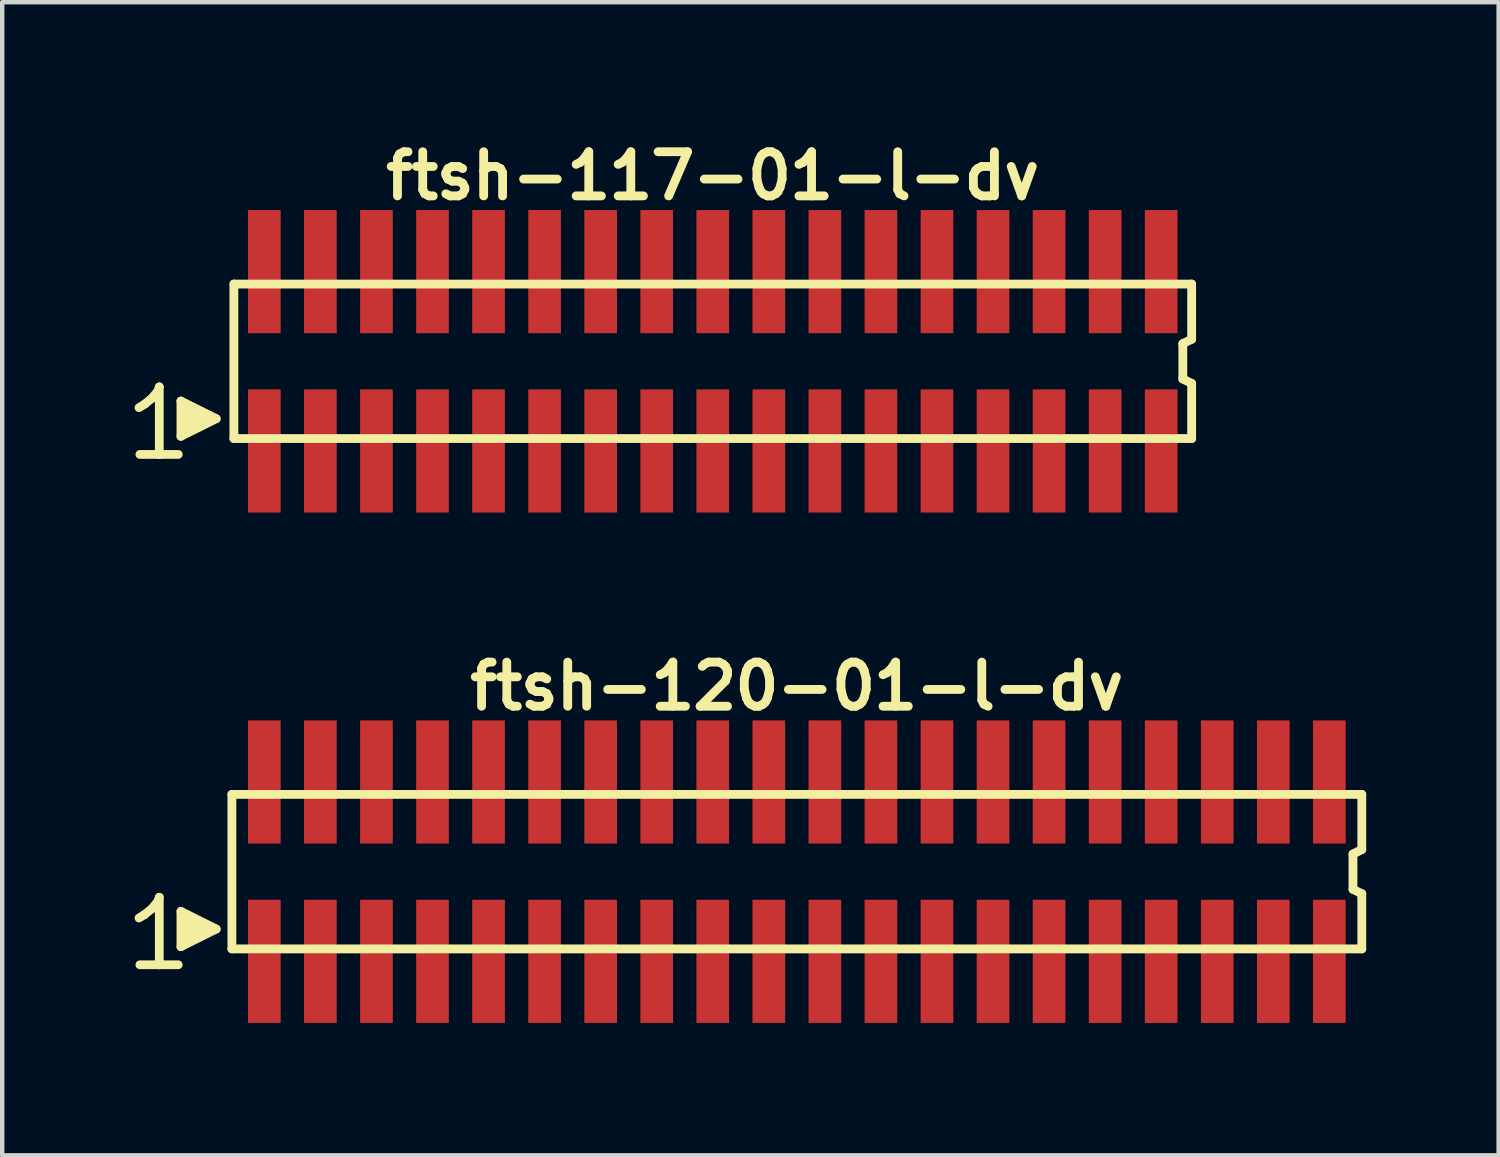
<source format=kicad_pcb>
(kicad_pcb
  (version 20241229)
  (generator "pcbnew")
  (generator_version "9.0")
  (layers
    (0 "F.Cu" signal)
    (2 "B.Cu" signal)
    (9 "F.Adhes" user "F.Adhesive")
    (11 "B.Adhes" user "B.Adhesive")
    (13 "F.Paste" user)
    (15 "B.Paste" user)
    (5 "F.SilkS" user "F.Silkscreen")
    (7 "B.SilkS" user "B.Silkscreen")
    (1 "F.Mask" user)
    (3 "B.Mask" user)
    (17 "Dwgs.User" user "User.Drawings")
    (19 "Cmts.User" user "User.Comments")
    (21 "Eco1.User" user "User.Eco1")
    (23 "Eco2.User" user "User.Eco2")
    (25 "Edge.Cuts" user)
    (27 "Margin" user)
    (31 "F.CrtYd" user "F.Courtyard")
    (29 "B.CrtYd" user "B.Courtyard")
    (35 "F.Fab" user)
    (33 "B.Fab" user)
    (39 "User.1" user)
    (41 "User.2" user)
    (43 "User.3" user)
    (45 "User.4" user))
  (footprint "ftsh-117-01-l-dv"
    (layer "F.Cu")
    (at 13.099 5.136)
    (property "Reference" "ftsh-117-01-l-dv" (at 0 -4.2 0) (layer "F.SilkS") (effects (font (size 1 1) (thickness 0.2))))
    (attr through_hole)
    (fp_line (start -13 1.05) (end -12.87 0.97) (stroke (width 0.198) (type solid)) (layer "F.SilkS"))
    (fp_line (start -12.87 0.97) (end -12.71 0.84) (stroke (width 0.198) (type solid)) (layer "F.SilkS"))
    (fp_line (start -12.71 0.84) (end -12.57 0.67) (stroke (width 0.198) (type solid)) (layer "F.SilkS"))
    (fp_line (start -12.57 0.67) (end -12.54 0.58) (stroke (width 0.198) (type solid)) (layer "F.SilkS"))
    (fp_line (start -12.54 0.58) (end -12.54 2.11) (stroke (width 0.198) (type solid)) (layer "F.SilkS"))
    (fp_line (start -12.54 2.11) (end -12.98 2.11) (stroke (width 0.198) (type solid)) (layer "F.SilkS"))
    (fp_line (start -12.11 2.11) (end -12.55 2.11) (stroke (width 0.198) (type solid)) (layer "F.SilkS"))
    (fp_line (start -12.05 0.9) (end -11.25 1.3) (stroke (width 0.198) (type solid)) (layer "F.SilkS"))
    (fp_line (start -12.05 1.7) (end -12.05 0.9) (stroke (width 0.198) (type solid)) (layer "F.SilkS"))
    (fp_line (start -11.95 1.6) (end -11.95 1) (stroke (width 0.198) (type solid)) (layer "F.SilkS"))
    (fp_line (start -11.85 1.1) (end -11.85 1.5) (stroke (width 0.198) (type solid)) (layer "F.SilkS"))
    (fp_line (start -11.75 1.5) (end -11.75 1.1) (stroke (width 0.198) (type solid)) (layer "F.SilkS"))
    (fp_line (start -11.65 1.2) (end -11.65 1.4) (stroke (width 0.198) (type solid)) (layer "F.SilkS"))
    (fp_line (start -11.55 1.4) (end -11.55 1.2) (stroke (width 0.198) (type solid)) (layer "F.SilkS"))
    (fp_line (start -11.25 1.3) (end -12.05 1.7) (stroke (width 0.198) (type solid)) (layer "F.SilkS"))
    (fp_line (start -10.85 -1.75) (end -10.85 1.75) (stroke (width 0.2) (type solid)) (layer "F.SilkS"))
    (fp_line (start -10.85 -1.75) (end 10.85 -1.75) (stroke (width 0.2) (type solid)) (layer "F.SilkS"))
    (fp_line (start -10.85 1.75) (end 10.85 1.75) (stroke (width 0.2) (type solid)) (layer "F.SilkS"))
    (fp_line (start 10.65 -0.4) (end 10.65 0.4) (stroke (width 0.2) (type solid)) (layer "F.SilkS"))
    (fp_line (start 10.65 0.4) (end 10.85 0.5) (stroke (width 0.2) (type solid)) (layer "F.SilkS"))
    (fp_line (start 10.85 -0.5) (end 10.65 -0.4) (stroke (width 0.2) (type solid)) (layer "F.SilkS"))
    (fp_line (start 10.85 -0.5) (end 10.85 -1.75) (stroke (width 0.2) (type solid)) (layer "F.SilkS"))
    (fp_line (start 10.85 0.5) (end 10.85 1.75) (stroke (width 0.2) (type solid)) (layer "F.SilkS"))
    (pad "1" smd rect (at -10.16 2.032) (size 0.74 2.79) (layers "F.Cu" "F.Mask" "F.Paste"))
    (pad "2" smd rect (at -10.16 -2.032) (size 0.74 2.79) (layers "F.Cu" "F.Mask" "F.Paste"))
    (pad "3" smd rect (at -8.89 2.032) (size 0.74 2.79) (layers "F.Cu" "F.Mask" "F.Paste"))
    (pad "4" smd rect (at -8.89 -2.032) (size 0.74 2.79) (layers "F.Cu" "F.Mask" "F.Paste"))
    (pad "5" smd rect (at -7.62 2.032) (size 0.74 2.79) (layers "F.Cu" "F.Mask" "F.Paste"))
    (pad "6" smd rect (at -7.62 -2.032) (size 0.74 2.79) (layers "F.Cu" "F.Mask" "F.Paste"))
    (pad "7" smd rect (at -6.35 2.032) (size 0.74 2.79) (layers "F.Cu" "F.Mask" "F.Paste"))
    (pad "8" smd rect (at -6.35 -2.032) (size 0.74 2.79) (layers "F.Cu" "F.Mask" "F.Paste"))
    (pad "9" smd rect (at -5.08 2.032) (size 0.74 2.79) (layers "F.Cu" "F.Mask" "F.Paste"))
    (pad "10" smd rect (at -5.08 -2.032) (size 0.74 2.79) (layers "F.Cu" "F.Mask" "F.Paste"))
    (pad "11" smd rect (at -3.81 2.032) (size 0.74 2.79) (layers "F.Cu" "F.Mask" "F.Paste"))
    (pad "12" smd rect (at -3.81 -2.032) (size 0.74 2.79) (layers "F.Cu" "F.Mask" "F.Paste"))
    (pad "13" smd rect (at -2.54 2.032) (size 0.74 2.79) (layers "F.Cu" "F.Mask" "F.Paste"))
    (pad "14" smd rect (at -2.54 -2.032) (size 0.74 2.79) (layers "F.Cu" "F.Mask" "F.Paste"))
    (pad "15" smd rect (at -1.27 2.032) (size 0.74 2.79) (layers "F.Cu" "F.Mask" "F.Paste"))
    (pad "16" smd rect (at -1.27 -2.032) (size 0.74 2.79) (layers "F.Cu" "F.Mask" "F.Paste"))
    (pad "17" smd rect (at 0 2.032) (size 0.74 2.79) (layers "F.Cu" "F.Mask" "F.Paste"))
    (pad "18" smd rect (at 0 -2.032) (size 0.74 2.79) (layers "F.Cu" "F.Mask" "F.Paste"))
    (pad "19" smd rect (at 1.27 2.032) (size 0.74 2.79) (layers "F.Cu" "F.Mask" "F.Paste"))
    (pad "20" smd rect (at 1.27 -2.032) (size 0.74 2.79) (layers "F.Cu" "F.Mask" "F.Paste"))
    (pad "21" smd rect (at 2.54 2.032) (size 0.74 2.79) (layers "F.Cu" "F.Mask" "F.Paste"))
    (pad "22" smd rect (at 2.54 -2.032) (size 0.74 2.79) (layers "F.Cu" "F.Mask" "F.Paste"))
    (pad "23" smd rect (at 3.81 2.032) (size 0.74 2.79) (layers "F.Cu" "F.Mask" "F.Paste"))
    (pad "24" smd rect (at 3.81 -2.032) (size 0.74 2.79) (layers "F.Cu" "F.Mask" "F.Paste"))
    (pad "25" smd rect (at 5.08 2.032) (size 0.74 2.79) (layers "F.Cu" "F.Mask" "F.Paste"))
    (pad "26" smd rect (at 5.08 -2.032) (size 0.74 2.79) (layers "F.Cu" "F.Mask" "F.Paste"))
    (pad "27" smd rect (at 6.35 2.032) (size 0.74 2.79) (layers "F.Cu" "F.Mask" "F.Paste"))
    (pad "28" smd rect (at 6.35 -2.032) (size 0.74 2.79) (layers "F.Cu" "F.Mask" "F.Paste"))
    (pad "29" smd rect (at 7.62 2.032) (size 0.74 2.79) (layers "F.Cu" "F.Mask" "F.Paste"))
    (pad "30" smd rect (at 7.62 -2.032) (size 0.74 2.79) (layers "F.Cu" "F.Mask" "F.Paste"))
    (pad "31" smd rect (at 8.89 2.032) (size 0.74 2.79) (layers "F.Cu" "F.Mask" "F.Paste"))
    (pad "32" smd rect (at 8.89 -2.032) (size 0.74 2.79) (layers "F.Cu" "F.Mask" "F.Paste"))
    (pad "33" smd rect (at 10.16 2.032) (size 0.74 2.79) (layers "F.Cu" "F.Mask" "F.Paste"))
    (pad "34" smd rect (at 10.16 -2.032) (size 0.74 2.79) (layers "F.Cu" "F.Mask" "F.Paste")))
  (footprint "ftsh-120-01-l-dv"
    (layer "F.Cu")
    (at 15.004 16.699)
    (property "Reference" "ftsh-120-01-l-dv" (at 0 -4.2 0) (layer "F.SilkS") (effects (font (size 1 1) (thickness 0.2))))
    (attr through_hole)
    (fp_line (start -14.905 1.05) (end -14.775 0.97) (stroke (width 0.198) (type solid)) (layer "F.SilkS"))
    (fp_line (start -14.775 0.97) (end -14.615 0.84) (stroke (width 0.198) (type solid)) (layer "F.SilkS"))
    (fp_line (start -14.615 0.84) (end -14.475 0.67) (stroke (width 0.198) (type solid)) (layer "F.SilkS"))
    (fp_line (start -14.475 0.67) (end -14.445 0.58) (stroke (width 0.198) (type solid)) (layer "F.SilkS"))
    (fp_line (start -14.445 0.58) (end -14.445 2.11) (stroke (width 0.198) (type solid)) (layer "F.SilkS"))
    (fp_line (start -14.445 2.11) (end -14.885 2.11) (stroke (width 0.198) (type solid)) (layer "F.SilkS"))
    (fp_line (start -14.015 2.11) (end -14.455 2.11) (stroke (width 0.198) (type solid)) (layer "F.SilkS"))
    (fp_line (start -13.955 0.9) (end -13.155 1.3) (stroke (width 0.198) (type solid)) (layer "F.SilkS"))
    (fp_line (start -13.955 1.7) (end -13.955 0.9) (stroke (width 0.198) (type solid)) (layer "F.SilkS"))
    (fp_line (start -13.855 1.6) (end -13.855 1) (stroke (width 0.198) (type solid)) (layer "F.SilkS"))
    (fp_line (start -13.755 1.1) (end -13.755 1.5) (stroke (width 0.198) (type solid)) (layer "F.SilkS"))
    (fp_line (start -13.655 1.5) (end -13.655 1.1) (stroke (width 0.198) (type solid)) (layer "F.SilkS"))
    (fp_line (start -13.555 1.2) (end -13.555 1.4) (stroke (width 0.198) (type solid)) (layer "F.SilkS"))
    (fp_line (start -13.455 1.4) (end -13.455 1.2) (stroke (width 0.198) (type solid)) (layer "F.SilkS"))
    (fp_line (start -13.155 1.3) (end -13.955 1.7) (stroke (width 0.198) (type solid)) (layer "F.SilkS"))
    (fp_line (start -12.8 -1.75) (end -12.8 1.75) (stroke (width 0.2) (type solid)) (layer "F.SilkS"))
    (fp_line (start -12.8 -1.75) (end 12.8 -1.75) (stroke (width 0.2) (type solid)) (layer "F.SilkS"))
    (fp_line (start -12.8 1.75) (end 12.8 1.75) (stroke (width 0.2) (type solid)) (layer "F.SilkS"))
    (fp_line (start 12.6 -0.4) (end 12.6 0.4) (stroke (width 0.2) (type solid)) (layer "F.SilkS"))
    (fp_line (start 12.6 0.4) (end 12.8 0.5) (stroke (width 0.2) (type solid)) (layer "F.SilkS"))
    (fp_line (start 12.8 -0.5) (end 12.6 -0.4) (stroke (width 0.2) (type solid)) (layer "F.SilkS"))
    (fp_line (start 12.8 -0.5) (end 12.8 -1.75) (stroke (width 0.2) (type solid)) (layer "F.SilkS"))
    (fp_line (start 12.8 0.5) (end 12.8 1.75) (stroke (width 0.2) (type solid)) (layer "F.SilkS"))
    (pad "1" smd rect (at -12.065 2.032) (size 0.74 2.79) (layers "F.Cu" "F.Mask" "F.Paste"))
    (pad "2" smd rect (at -12.065 -2.032) (size 0.74 2.79) (layers "F.Cu" "F.Mask" "F.Paste"))
    (pad "3" smd rect (at -10.795 2.032) (size 0.74 2.79) (layers "F.Cu" "F.Mask" "F.Paste"))
    (pad "4" smd rect (at -10.795 -2.032) (size 0.74 2.79) (layers "F.Cu" "F.Mask" "F.Paste"))
    (pad "5" smd rect (at -9.525 2.032) (size 0.74 2.79) (layers "F.Cu" "F.Mask" "F.Paste"))
    (pad "6" smd rect (at -9.525 -2.032) (size 0.74 2.79) (layers "F.Cu" "F.Mask" "F.Paste"))
    (pad "7" smd rect (at -8.255 2.032) (size 0.74 2.79) (layers "F.Cu" "F.Mask" "F.Paste"))
    (pad "8" smd rect (at -8.255 -2.032) (size 0.74 2.79) (layers "F.Cu" "F.Mask" "F.Paste"))
    (pad "9" smd rect (at -6.985 2.032) (size 0.74 2.79) (layers "F.Cu" "F.Mask" "F.Paste"))
    (pad "10" smd rect (at -6.985 -2.032) (size 0.74 2.79) (layers "F.Cu" "F.Mask" "F.Paste"))
    (pad "11" smd rect (at -5.715 2.032) (size 0.74 2.79) (layers "F.Cu" "F.Mask" "F.Paste"))
    (pad "12" smd rect (at -5.715 -2.032) (size 0.74 2.79) (layers "F.Cu" "F.Mask" "F.Paste"))
    (pad "13" smd rect (at -4.445 2.032) (size 0.74 2.79) (layers "F.Cu" "F.Mask" "F.Paste"))
    (pad "14" smd rect (at -4.445 -2.032) (size 0.74 2.79) (layers "F.Cu" "F.Mask" "F.Paste"))
    (pad "15" smd rect (at -3.175 2.032) (size 0.74 2.79) (layers "F.Cu" "F.Mask" "F.Paste"))
    (pad "16" smd rect (at -3.175 -2.032) (size 0.74 2.79) (layers "F.Cu" "F.Mask" "F.Paste"))
    (pad "17" smd rect (at -1.905 2.032) (size 0.74 2.79) (layers "F.Cu" "F.Mask" "F.Paste"))
    (pad "18" smd rect (at -1.905 -2.032) (size 0.74 2.79) (layers "F.Cu" "F.Mask" "F.Paste"))
    (pad "19" smd rect (at -0.635 2.032) (size 0.74 2.79) (layers "F.Cu" "F.Mask" "F.Paste"))
    (pad "20" smd rect (at -0.635 -2.032) (size 0.74 2.79) (layers "F.Cu" "F.Mask" "F.Paste"))
    (pad "21" smd rect (at 0.635 2.032) (size 0.74 2.79) (layers "F.Cu" "F.Mask" "F.Paste"))
    (pad "22" smd rect (at 0.635 -2.032) (size 0.74 2.79) (layers "F.Cu" "F.Mask" "F.Paste"))
    (pad "23" smd rect (at 1.905 2.032) (size 0.74 2.79) (layers "F.Cu" "F.Mask" "F.Paste"))
    (pad "24" smd rect (at 1.905 -2.032) (size 0.74 2.79) (layers "F.Cu" "F.Mask" "F.Paste"))
    (pad "25" smd rect (at 3.175 2.032) (size 0.74 2.79) (layers "F.Cu" "F.Mask" "F.Paste"))
    (pad "26" smd rect (at 3.175 -2.032) (size 0.74 2.79) (layers "F.Cu" "F.Mask" "F.Paste"))
    (pad "27" smd rect (at 4.445 2.032) (size 0.74 2.79) (layers "F.Cu" "F.Mask" "F.Paste"))
    (pad "28" smd rect (at 4.445 -2.032) (size 0.74 2.79) (layers "F.Cu" "F.Mask" "F.Paste"))
    (pad "29" smd rect (at 5.715 2.032) (size 0.74 2.79) (layers "F.Cu" "F.Mask" "F.Paste"))
    (pad "30" smd rect (at 5.715 -2.032) (size 0.74 2.79) (layers "F.Cu" "F.Mask" "F.Paste"))
    (pad "31" smd rect (at 6.985 2.032) (size 0.74 2.79) (layers "F.Cu" "F.Mask" "F.Paste"))
    (pad "32" smd rect (at 6.985 -2.032) (size 0.74 2.79) (layers "F.Cu" "F.Mask" "F.Paste"))
    (pad "33" smd rect (at 8.255 2.032) (size 0.74 2.79) (layers "F.Cu" "F.Mask" "F.Paste"))
    (pad "34" smd rect (at 8.255 -2.032) (size 0.74 2.79) (layers "F.Cu" "F.Mask" "F.Paste"))
    (pad "35" smd rect (at 9.525 2.032) (size 0.74 2.79) (layers "F.Cu" "F.Mask" "F.Paste"))
    (pad "36" smd rect (at 9.525 -2.032) (size 0.74 2.79) (layers "F.Cu" "F.Mask" "F.Paste"))
    (pad "37" smd rect (at 10.795 2.032) (size 0.74 2.79) (layers "F.Cu" "F.Mask" "F.Paste"))
    (pad "38" smd rect (at 10.795 -2.032) (size 0.74 2.79) (layers "F.Cu" "F.Mask" "F.Paste"))
    (pad "39" smd rect (at 12.065 2.032) (size 0.74 2.79) (layers "F.Cu" "F.Mask" "F.Paste"))
    (pad "40" smd rect (at 12.065 -2.032) (size 0.74 2.79) (layers "F.Cu" "F.Mask" "F.Paste")))
  (gr_rect
    (start -3 -3)
    (end 30.904 23.126)
    (stroke (width 0.1) (type default))
    (fill no)
    (layer "Edge.Cuts")))
</source>
